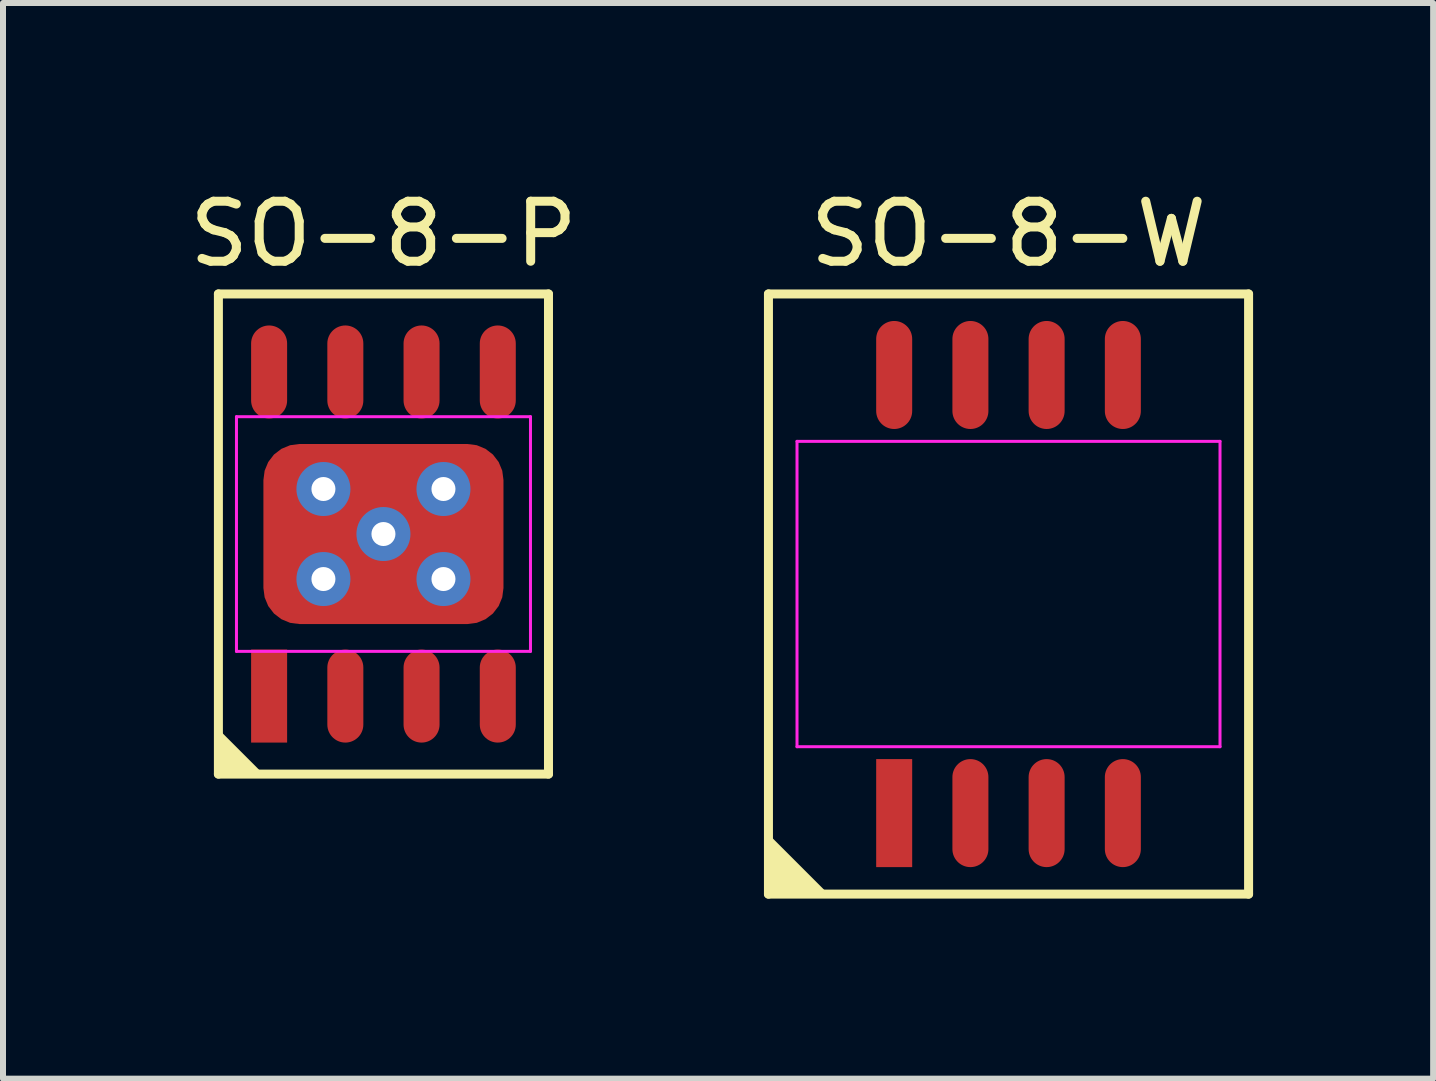
<source format=kicad_pcb>
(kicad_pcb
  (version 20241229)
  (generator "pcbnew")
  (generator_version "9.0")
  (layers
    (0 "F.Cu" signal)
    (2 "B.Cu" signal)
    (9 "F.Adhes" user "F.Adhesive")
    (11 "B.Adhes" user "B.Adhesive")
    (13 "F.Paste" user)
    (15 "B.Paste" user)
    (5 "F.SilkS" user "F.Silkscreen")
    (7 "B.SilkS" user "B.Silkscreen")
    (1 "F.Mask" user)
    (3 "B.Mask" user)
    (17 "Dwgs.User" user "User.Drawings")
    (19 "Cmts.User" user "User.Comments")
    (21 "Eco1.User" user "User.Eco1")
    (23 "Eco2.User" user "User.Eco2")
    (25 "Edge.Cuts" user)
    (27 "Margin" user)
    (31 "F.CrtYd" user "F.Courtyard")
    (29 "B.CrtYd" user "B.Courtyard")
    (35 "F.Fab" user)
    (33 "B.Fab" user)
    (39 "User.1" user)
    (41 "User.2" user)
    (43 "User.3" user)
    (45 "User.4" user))
  (footprint "SO-8-W"
    (layer "F.Cu")
    (at 13.754 6.848)
    (property "Reference" "SO-8-W" (at 0 -6 0) (layer "F.SilkS") (effects (font (size 1 1) (thickness 0.15))))
    (fp_line (start -4 -5) (end -4 5) (stroke (width 0.15) (type solid)) (layer "F.SilkS"))
    (fp_line (start 4 -5) (end -4 -5) (stroke (width 0.15) (type solid)) (layer "F.SilkS"))
    (fp_line (start 4 -5) (end 4 5) (stroke (width 0.15) (type solid)) (layer "F.SilkS"))
    (fp_line (start 4 5) (end -4 5) (stroke (width 0.15) (type solid)) (layer "F.SilkS"))
    (fp_poly (pts (xy -4 5) (xy -3 5) (xy -4 4)) (stroke (width 0) (type default)) (fill yes) (layer "F.SilkS"))
    (fp_line (start -3.524 -2.544) (end 3.524 -2.544) (stroke (width 0.05) (type solid)) (layer "F.CrtYd"))
    (fp_line (start -3.524 2.544) (end -3.524 -2.544) (stroke (width 0.05) (type solid)) (layer "F.CrtYd"))
    (fp_line (start -3.524 2.544) (end 3.524 2.544) (stroke (width 0.05) (type solid)) (layer "F.CrtYd"))
    (fp_line (start 3.524 2.544) (end 3.524 -2.544) (stroke (width 0.05) (type solid)) (layer "F.CrtYd"))
    (pad "1" smd rect (at -1.905 3.65 90) (size 1.8 0.6) (layers "F.Cu" "F.Mask" "F.Paste"))
    (pad "2" smd oval (at -0.635 3.65 90) (size 1.8 0.6) (layers "F.Cu" "F.Mask" "F.Paste"))
    (pad "3" smd oval (at 0.635 3.65 90) (size 1.8 0.6) (layers "F.Cu" "F.Mask" "F.Paste"))
    (pad "4" smd oval (at 1.905 3.65 90) (size 1.8 0.6) (layers "F.Cu" "F.Mask" "F.Paste"))
    (pad "5" smd oval (at 1.905 -3.65 90) (size 1.8 0.6) (layers "F.Cu" "F.Mask" "F.Paste"))
    (pad "6" smd oval (at 0.635 -3.65 90) (size 1.8 0.6) (layers "F.Cu" "F.Mask" "F.Paste"))
    (pad "7" smd oval (at -0.635 -3.65 90) (size 1.8 0.6) (layers "F.Cu" "F.Mask" "F.Paste"))
    (pad "8" smd oval (at -1.905 -3.65 90) (size 1.8 0.6) (layers "F.Cu" "F.Mask" "F.Paste")))
  (footprint "SO-8-P"
    (layer "F.Cu")
    (at 3.339 5.848)
    (property "Reference" "SO-8-P" (at 0.001 -5 0) (layer "F.SilkS") (effects (font (size 1 1) (thickness 0.15))))
    (fp_line (start -2.75 4) (end -2.75 -4) (stroke (width 0.15) (type solid)) (layer "F.SilkS"))
    (fp_line (start 2.75 -4) (end -2.75 -4) (stroke (width 0.15) (type solid)) (layer "F.SilkS"))
    (fp_line (start 2.75 4) (end -2.75 4) (stroke (width 0.15) (type solid)) (layer "F.SilkS"))
    (fp_line (start 2.75 4) (end 2.75 -4) (stroke (width 0.15) (type solid)) (layer "F.SilkS"))
    (fp_poly (pts (xy -2.75 4) (xy -2 4) (xy -2.75 3.25)) (stroke (width 0) (type default)) (fill yes) (layer "F.SilkS"))
    (fp_line (start -2.449 -1.955) (end 2.45 -1.955) (stroke (width 0.05) (type solid)) (layer "F.CrtYd"))
    (fp_line (start -2.449 1.955) (end -2.449 -1.955) (stroke (width 0.05) (type solid)) (layer "F.CrtYd"))
    (fp_line (start -2.449 1.955) (end 2.45 1.955) (stroke (width 0.05) (type solid)) (layer "F.CrtYd"))
    (fp_line (start 2.45 1.955) (end 2.45 -1.955) (stroke (width 0.05) (type solid)) (layer "F.CrtYd"))
    (pad "1" smd rect (at -1.905 2.7 90) (size 1.55 0.6) (layers "F.Cu" "F.Mask" "F.Paste"))
    (pad "2" smd oval (at -0.635 2.7 90) (size 1.55 0.6) (layers "F.Cu" "F.Mask" "F.Paste"))
    (pad "3" smd oval (at 0.635 2.7 90) (size 1.55 0.6) (layers "F.Cu" "F.Mask" "F.Paste"))
    (pad "4" smd oval (at 1.905 2.7 90) (size 1.55 0.6) (layers "F.Cu" "F.Mask" "F.Paste"))
    (pad "5" smd oval (at 1.905 -2.7 90) (size 1.55 0.6) (layers "F.Cu" "F.Mask" "F.Paste"))
    (pad "6" smd oval (at 0.635 -2.7 90) (size 1.55 0.6) (layers "F.Cu" "F.Mask" "F.Paste"))
    (pad "7" smd oval (at -0.635 -2.7 90) (size 1.55 0.6) (layers "F.Cu" "F.Mask" "F.Paste"))
    (pad "8" smd oval (at -1.905 -2.7 90) (size 1.55 0.6) (layers "F.Cu" "F.Mask" "F.Paste"))
    (pad "9" thru_hole circle (at -1 -0.75) (size 0.9 0.9) (drill 0.4) (layers "*.Cu"))
    (pad "9" thru_hole circle (at -1 0.75) (size 0.9 0.9) (drill 0.4) (layers "*.Cu"))
    (pad "9" thru_hole circle (at 0 0) (size 0.9 0.9) (drill 0.4) (layers "*.Cu"))
    (pad "9" smd roundrect (at 0 0) (size 4 3) (layers "F.Cu" "F.Mask" "F.Paste") (roundrect_rratio 0.2))
    (pad "9" thru_hole circle (at 1 -0.75) (size 0.9 0.9) (drill 0.4) (layers "*.Cu"))
    (pad "9" thru_hole circle (at 1 0.75) (size 0.9 0.9) (drill 0.4) (layers "*.Cu")))
  (gr_rect
    (start -3 -3)
    (end 20.829 14.923)
    (stroke (width 0.1) (type default))
    (fill no)
    (layer "Edge.Cuts")))
</source>
